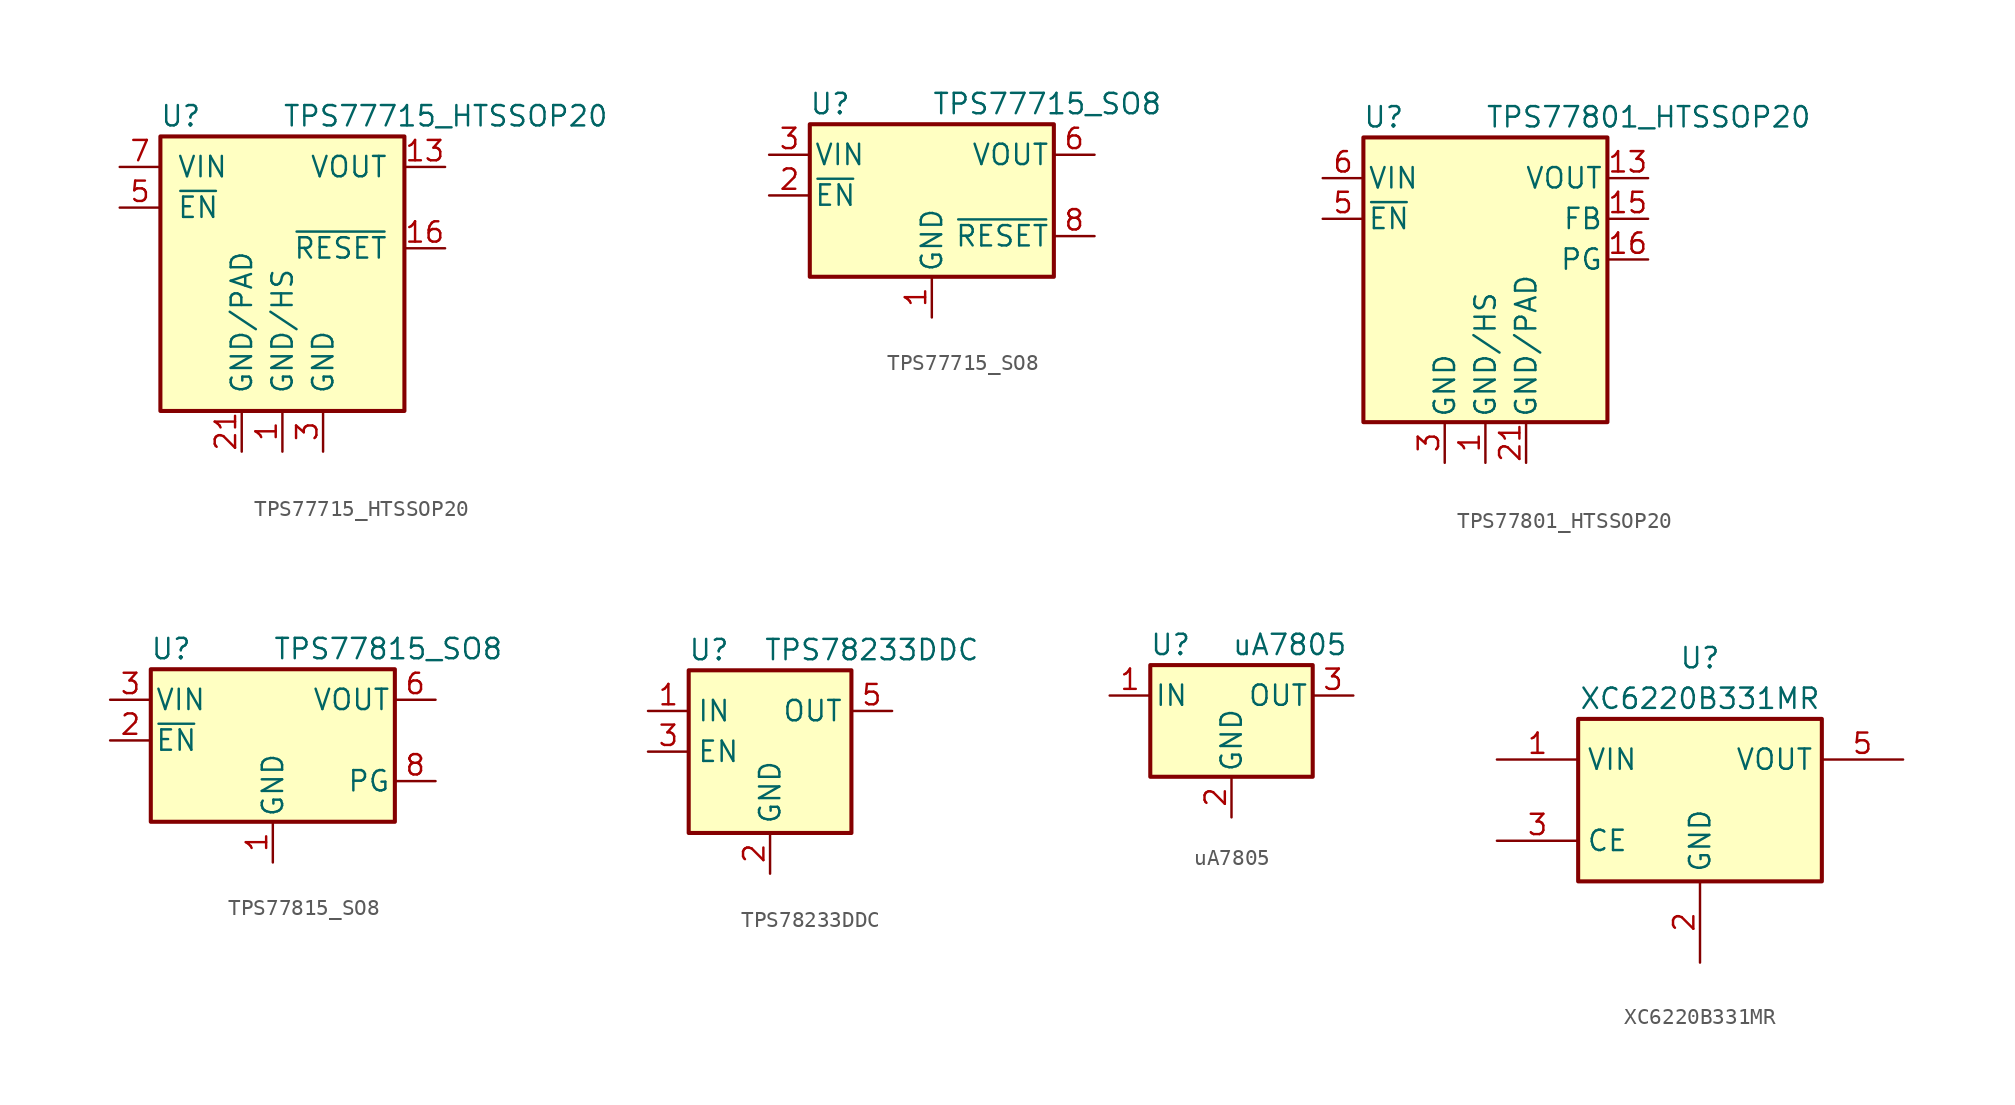
<source format=kicad_sym>
(kicad_symbol_lib
  (version 20211014)
  (generator kicad_symbol_editor)
  (symbol "TPS77715_HTSSOP20"
    (pin_names
      (offset 1.016))
    (property "Reference" "U"
      (at -6.35 5.715 0)
      (effects (font (size 1.27 1.27))))
    (property "Value" "TPS77715_HTSSOP20"
      (at 0 5.715 0)
      (effects (font (size 1.27 1.27)) (justify left)))
    (symbol "TPS77715_HTSSOP20_0_1"
      (rectangle (start -7.62 4.445) (end 7.62 -12.7) (stroke (width 0.254) (type default) (color 0 0 0 0)) (fill (type background))))
    (symbol "TPS77715_HTSSOP20_1_1"
      (pin power_in line (at 0 -15.24 90) (length 2.54) (name "GND/HS" (effects (font (size 1.27 1.27)))) (number "1" (effects (font (size 1.27 1.27)))))
      (pin passive line (at 0 -15.24 90) (length 2.54) hide (name "GND/HS" (effects (font (size 1.27 1.27)))) (number "10" (effects (font (size 1.27 1.27)))))
      (pin passive line (at 0 -15.24 90) (length 2.54) hide (name "GND/HS" (effects (font (size 1.27 1.27)))) (number "11" (effects (font (size 1.27 1.27)))))
      (pin passive line (at 0 -15.24 90) (length 2.54) hide (name "GND/HS" (effects (font (size 1.27 1.27)))) (number "12" (effects (font (size 1.27 1.27)))))
      (pin power_out line (at 10.16 2.54 180) (length 2.54) (name "VOUT" (effects (font (size 1.27 1.27)))) (number "13" (effects (font (size 1.27 1.27)))))
      (pin passive line (at 10.16 2.54 180) (length 2.54) hide (name "VOUT" (effects (font (size 1.27 1.27)))) (number "14" (effects (font (size 1.27 1.27)))))
      (pin no_connect line (at 10.16 0 180) (length 2.54) hide (name "NC" (effects (font (size 1.27 1.27)))) (number "15" (effects (font (size 1.27 1.27)))))
      (pin open_collector line (at 10.16 -2.54 180) (length 2.54) (name "~{RESET}" (effects (font (size 1.27 1.27)))) (number "16" (effects (font (size 1.27 1.27)))))
      (pin no_connect line (at 10.16 -5.08 180) (length 2.54) hide (name "NC" (effects (font (size 1.27 1.27)))) (number "17" (effects (font (size 1.27 1.27)))))
      (pin no_connect line (at 10.16 -7.62 180) (length 2.54) hide (name "NC" (effects (font (size 1.27 1.27)))) (number "18" (effects (font (size 1.27 1.27)))))
      (pin passive line (at 0 -15.24 90) (length 2.54) hide (name "GND/HS" (effects (font (size 1.27 1.27)))) (number "19" (effects (font (size 1.27 1.27)))))
      (pin passive line (at 0 -15.24 90) (length 2.54) hide (name "GND/HS" (effects (font (size 1.27 1.27)))) (number "2" (effects (font (size 1.27 1.27)))))
      (pin passive line (at 0 -15.24 90) (length 2.54) hide (name "GND/HS" (effects (font (size 1.27 1.27)))) (number "20" (effects (font (size 1.27 1.27)))))
      (pin power_in line (at -2.54 -15.24 90) (length 2.54) (name "GND/PAD" (effects (font (size 1.27 1.27)))) (number "21" (effects (font (size 1.27 1.27)))))
      (pin power_in line (at 2.54 -15.24 90) (length 2.54) (name "GND" (effects (font (size 1.27 1.27)))) (number "3" (effects (font (size 1.27 1.27)))))
      (pin no_connect line (at -10.16 -2.54 0) (length 2.54) hide (name "NC" (effects (font (size 1.27 1.27)))) (number "4" (effects (font (size 1.27 1.27)))))
      (pin input line (at -10.16 0 0) (length 2.54) (name "~{EN}" (effects (font (size 1.27 1.27)))) (number "5" (effects (font (size 1.27 1.27)))))
      (pin passive line (at -10.16 2.54 0) (length 2.54) hide (name "VIN" (effects (font (size 1.27 1.27)))) (number "6" (effects (font (size 1.27 1.27)))))
      (pin power_in line (at -10.16 2.54 0) (length 2.54) (name "VIN" (effects (font (size 1.27 1.27)))) (number "7" (effects (font (size 1.27 1.27)))))
      (pin no_connect line (at -10.16 -5.08 0) (length 2.54) hide (name "NC" (effects (font (size 1.27 1.27)))) (number "8" (effects (font (size 1.27 1.27)))))
      (pin passive line (at 0 -15.24 90) (length 2.54) hide (name "GND/HS" (effects (font (size 1.27 1.27)))) (number "9" (effects (font (size 1.27 1.27)))))))
  (symbol "TPS77715_SO8"
    (pin_names
      (offset 0.254))
    (property "Reference" "U"
      (at -6.35 5.715 0)
      (effects (font (size 1.27 1.27))))
    (property "Value" "TPS77715_SO8"
      (at 0 5.715 0)
      (effects (font (size 1.27 1.27)) (justify left)))
    (symbol "TPS77715_SO8_0_1"
      (rectangle (start -7.62 4.445) (end 7.62 -5.08) (stroke (width 0.254) (type default) (color 0 0 0 0)) (fill (type background))))
    (symbol "TPS77715_SO8_1_1"
      (pin power_in line (at 0 -7.62 90) (length 2.54) (name "GND" (effects (font (size 1.27 1.27)))) (number "1" (effects (font (size 1.27 1.27)))))
      (pin input line (at -10.16 0 0) (length 2.54) (name "~{EN}" (effects (font (size 1.27 1.27)))) (number "2" (effects (font (size 1.27 1.27)))))
      (pin power_in line (at -10.16 2.54 0) (length 2.54) (name "VIN" (effects (font (size 1.27 1.27)))) (number "3" (effects (font (size 1.27 1.27)))))
      (pin passive line (at -10.16 2.54 0) (length 2.54) hide (name "VIN" (effects (font (size 1.27 1.27)))) (number "4" (effects (font (size 1.27 1.27)))))
      (pin passive line (at 10.16 2.54 180) (length 2.54) hide (name "VOUT" (effects (font (size 1.27 1.27)))) (number "5" (effects (font (size 1.27 1.27)))))
      (pin power_out line (at 10.16 2.54 180) (length 2.54) (name "VOUT" (effects (font (size 1.27 1.27)))) (number "6" (effects (font (size 1.27 1.27)))))
      (pin no_connect line (at 10.16 0 180) (length 2.54) hide (name "NC" (effects (font (size 1.27 1.27)))) (number "7" (effects (font (size 1.27 1.27)))))
      (pin open_collector line (at 10.16 -2.54 180) (length 2.54) (name "~{RESET}" (effects (font (size 1.27 1.27)))) (number "8" (effects (font (size 1.27 1.27)))))))
  (symbol "TPS77801_HTSSOP20"
    (pin_names
      (offset 0.254))
    (property "Reference" "U"
      (at -6.35 8.89 0)
      (effects (font (size 1.27 1.27))))
    (property "Value" "TPS77801_HTSSOP20"
      (at 0 8.89 0)
      (effects (font (size 1.27 1.27)) (justify left)))
    (symbol "TPS77801_HTSSOP20_0_1"
      (rectangle (start -7.62 7.62) (end 7.62 -10.16) (stroke (width 0.254) (type default) (color 0 0 0 0)) (fill (type background))))
    (symbol "TPS77801_HTSSOP20_1_1"
      (pin power_in line (at 0 -12.7 90) (length 2.54) (name "GND/HS" (effects (font (size 1.27 1.27)))) (number "1" (effects (font (size 1.27 1.27)))))
      (pin passive line (at 0 -12.7 90) (length 2.54) hide (name "GND/HS" (effects (font (size 1.27 1.27)))) (number "10" (effects (font (size 1.27 1.27)))))
      (pin passive line (at 0 -12.7 90) (length 2.54) hide (name "GND/HS" (effects (font (size 1.27 1.27)))) (number "11" (effects (font (size 1.27 1.27)))))
      (pin passive line (at 0 -12.7 90) (length 2.54) hide (name "GND/HS" (effects (font (size 1.27 1.27)))) (number "12" (effects (font (size 1.27 1.27)))))
      (pin power_out line (at 10.16 5.08 180) (length 2.54) (name "VOUT" (effects (font (size 1.27 1.27)))) (number "13" (effects (font (size 1.27 1.27)))))
      (pin passive line (at 10.16 5.08 180) (length 2.54) hide (name "VOUT" (effects (font (size 1.27 1.27)))) (number "14" (effects (font (size 1.27 1.27)))))
      (pin passive line (at 10.16 2.54 180) (length 2.54) (name "FB" (effects (font (size 1.27 1.27)))) (number "15" (effects (font (size 1.27 1.27)))))
      (pin open_collector line (at 10.16 0 180) (length 2.54) (name "PG" (effects (font (size 1.27 1.27)))) (number "16" (effects (font (size 1.27 1.27)))))
      (pin no_connect line (at 10.16 -2.54 180) (length 2.54) hide (name "NC" (effects (font (size 1.27 1.27)))) (number "17" (effects (font (size 1.27 1.27)))))
      (pin no_connect line (at 10.16 -5.08 180) (length 2.54) hide (name "NC" (effects (font (size 1.27 1.27)))) (number "18" (effects (font (size 1.27 1.27)))))
      (pin passive line (at 0 -12.7 90) (length 2.54) hide (name "GND/HS" (effects (font (size 1.27 1.27)))) (number "19" (effects (font (size 1.27 1.27)))))
      (pin passive line (at 0 -12.7 90) (length 2.54) hide (name "GND/HS" (effects (font (size 1.27 1.27)))) (number "2" (effects (font (size 1.27 1.27)))))
      (pin passive line (at 0 -12.7 90) (length 2.54) hide (name "GND/HS" (effects (font (size 1.27 1.27)))) (number "20" (effects (font (size 1.27 1.27)))))
      (pin power_in line (at 2.54 -12.7 90) (length 2.54) (name "GND/PAD" (effects (font (size 1.27 1.27)))) (number "21" (effects (font (size 1.27 1.27)))))
      (pin power_in line (at -2.54 -12.7 90) (length 2.54) (name "GND" (effects (font (size 1.27 1.27)))) (number "3" (effects (font (size 1.27 1.27)))))
      (pin no_connect line (at -10.16 0 0) (length 2.54) hide (name "NC" (effects (font (size 1.27 1.27)))) (number "4" (effects (font (size 1.27 1.27)))))
      (pin input line (at -10.16 2.54 0) (length 2.54) (name "~{EN}" (effects (font (size 1.27 1.27)))) (number "5" (effects (font (size 1.27 1.27)))))
      (pin power_in line (at -10.16 5.08 0) (length 2.54) (name "VIN" (effects (font (size 1.27 1.27)))) (number "6" (effects (font (size 1.27 1.27)))))
      (pin passive line (at -10.16 5.08 0) (length 2.54) hide (name "VIN" (effects (font (size 1.27 1.27)))) (number "7" (effects (font (size 1.27 1.27)))))
      (pin no_connect line (at -10.16 -2.54 0) (length 2.54) hide (name "NC" (effects (font (size 1.27 1.27)))) (number "8" (effects (font (size 1.27 1.27)))))
      (pin passive line (at 0 -12.7 90) (length 2.54) hide (name "GND/HS" (effects (font (size 1.27 1.27)))) (number "9" (effects (font (size 1.27 1.27)))))))
  (symbol "TPS77815_SO8"
    (pin_names
      (offset 0.254))
    (property "Reference" "U"
      (at -6.35 5.715 0)
      (effects (font (size 1.27 1.27))))
    (property "Value" "TPS77815_SO8"
      (at 0 5.715 0)
      (effects (font (size 1.27 1.27)) (justify left)))
    (symbol "TPS77815_SO8_0_1"
      (rectangle (start -7.62 4.445) (end 7.62 -5.08) (stroke (width 0.254) (type default) (color 0 0 0 0)) (fill (type background))))
    (symbol "TPS77815_SO8_1_1"
      (pin power_in line (at 0 -7.62 90) (length 2.54) (name "GND" (effects (font (size 1.27 1.27)))) (number "1" (effects (font (size 1.27 1.27)))))
      (pin input line (at -10.16 0 0) (length 2.54) (name "~{EN}" (effects (font (size 1.27 1.27)))) (number "2" (effects (font (size 1.27 1.27)))))
      (pin power_in line (at -10.16 2.54 0) (length 2.54) (name "VIN" (effects (font (size 1.27 1.27)))) (number "3" (effects (font (size 1.27 1.27)))))
      (pin passive line (at -10.16 2.54 0) (length 2.54) hide (name "VIN" (effects (font (size 1.27 1.27)))) (number "4" (effects (font (size 1.27 1.27)))))
      (pin passive line (at 10.16 2.54 180) (length 2.54) hide (name "VOUT" (effects (font (size 1.27 1.27)))) (number "5" (effects (font (size 1.27 1.27)))))
      (pin power_out line (at 10.16 2.54 180) (length 2.54) (name "VOUT" (effects (font (size 1.27 1.27)))) (number "6" (effects (font (size 1.27 1.27)))))
      (pin no_connect line (at 10.16 0 180) (length 2.54) hide (name "NC" (effects (font (size 1.27 1.27)))) (number "7" (effects (font (size 1.27 1.27)))))
      (pin open_collector line (at 10.16 -2.54 180) (length 2.54) (name "PG" (effects (font (size 1.27 1.27)))) (number "8" (effects (font (size 1.27 1.27)))))))
  (symbol "TPS78233DDC"
    (property "Reference" "U"
      (at -3.81 6.35 0)
      (effects (font (size 1.27 1.27))))
    (property "Value" "TPS78233DDC"
      (at 6.35 6.35 0)
      (effects (font (size 1.27 1.27))))
    (symbol "TPS78233DDC_0_1"
      (rectangle (start -5.08 -5.08) (end 5.08 5.08) (stroke (width 0.254) (type default) (color 0 0 0 0)) (fill (type background)))
      (pin power_in line (at -7.62 2.54 0) (length 2.54) (name "IN" (effects (font (size 1.27 1.27)))) (number "1" (effects (font (size 1.27 1.27)))))
      (pin power_in line (at 0 -7.62 90) (length 2.54) (name "GND" (effects (font (size 1.27 1.27)))) (number "2" (effects (font (size 1.27 1.27)))))
      (pin input line (at -7.62 0 0) (length 2.54) (name "EN" (effects (font (size 1.27 1.27)))) (number "3" (effects (font (size 1.27 1.27)))))
      (pin power_out line (at 7.62 2.54 180) (length 2.54) (name "OUT" (effects (font (size 1.27 1.27)))) (number "5" (effects (font (size 1.27 1.27))))))
    (symbol "TPS78233DDC_1_1"
      (pin passive line (at 0 -7.62 90) (length 2.54) hide (name "GND" (effects (font (size 1.27 1.27)))) (number "4" (effects (font (size 1.27 1.27)))))))
  (symbol "uA7805"
    (pin_names
      (offset 0.254))
    (property "Reference" "U"
      (at -3.81 3.175 0)
      (effects (font (size 1.27 1.27))))
    (property "Value" "uA7805"
      (at 0 3.175 0)
      (effects (font (size 1.27 1.27)) (justify left)))
    (symbol "uA7805_0_1"
      (rectangle (start -5.08 1.905) (end 5.08 -5.08) (stroke (width 0.254) (type default) (color 0 0 0 0)) (fill (type background))))
    (symbol "uA7805_1_1"
      (pin power_in line (at -7.62 0 0) (length 2.54) (name "IN" (effects (font (size 1.27 1.27)))) (number "1" (effects (font (size 1.27 1.27)))))
      (pin power_in line (at 0 -7.62 90) (length 2.54) (name "GND" (effects (font (size 1.27 1.27)))) (number "2" (effects (font (size 1.27 1.27)))))
      (pin power_out line (at 7.62 0 180) (length 2.54) (name "OUT" (effects (font (size 1.27 1.27)))) (number "3" (effects (font (size 1.27 1.27)))))))
  (symbol "XC6220B331MR"
    (property "Reference" "U"
      (at 0 8.89 0)
      (effects (font (size 1.27 1.27))))
    (property "Value" "XC6220B331MR"
      (at 0 6.35 0)
      (effects (font (size 1.27 1.27))))
    (symbol "XC6220B331MR_0_1"
      (rectangle (start -7.62 5.08) (end 7.62 -5.08) (stroke (width 0.254) (type default) (color 0 0 0 0)) (fill (type background))))
    (symbol "XC6220B331MR_1_1"
      (pin power_in line (at -12.7 2.54 0) (length 5.08) (name "VIN" (effects (font (size 1.27 1.27)))) (number "1" (effects (font (size 1.27 1.27)))))
      (pin power_in line (at 0 -10.16 90) (length 5.08) (name "GND" (effects (font (size 1.27 1.27)))) (number "2" (effects (font (size 1.27 1.27)))))
      (pin input line (at -12.7 -2.54 0) (length 5.08) (name "CE" (effects (font (size 1.27 1.27)))) (number "3" (effects (font (size 1.27 1.27)))))
      (pin no_connect line (at 12.7 -2.54 180) (length 5.08) hide (name "NC" (effects (font (size 1.27 1.27)))) (number "4" (effects (font (size 1.27 1.27)))))
      (pin power_out line (at 12.7 2.54 180) (length 5.08) (name "VOUT" (effects (font (size 1.27 1.27)))) (number "5" (effects (font (size 1.27 1.27))))))))
</source>
